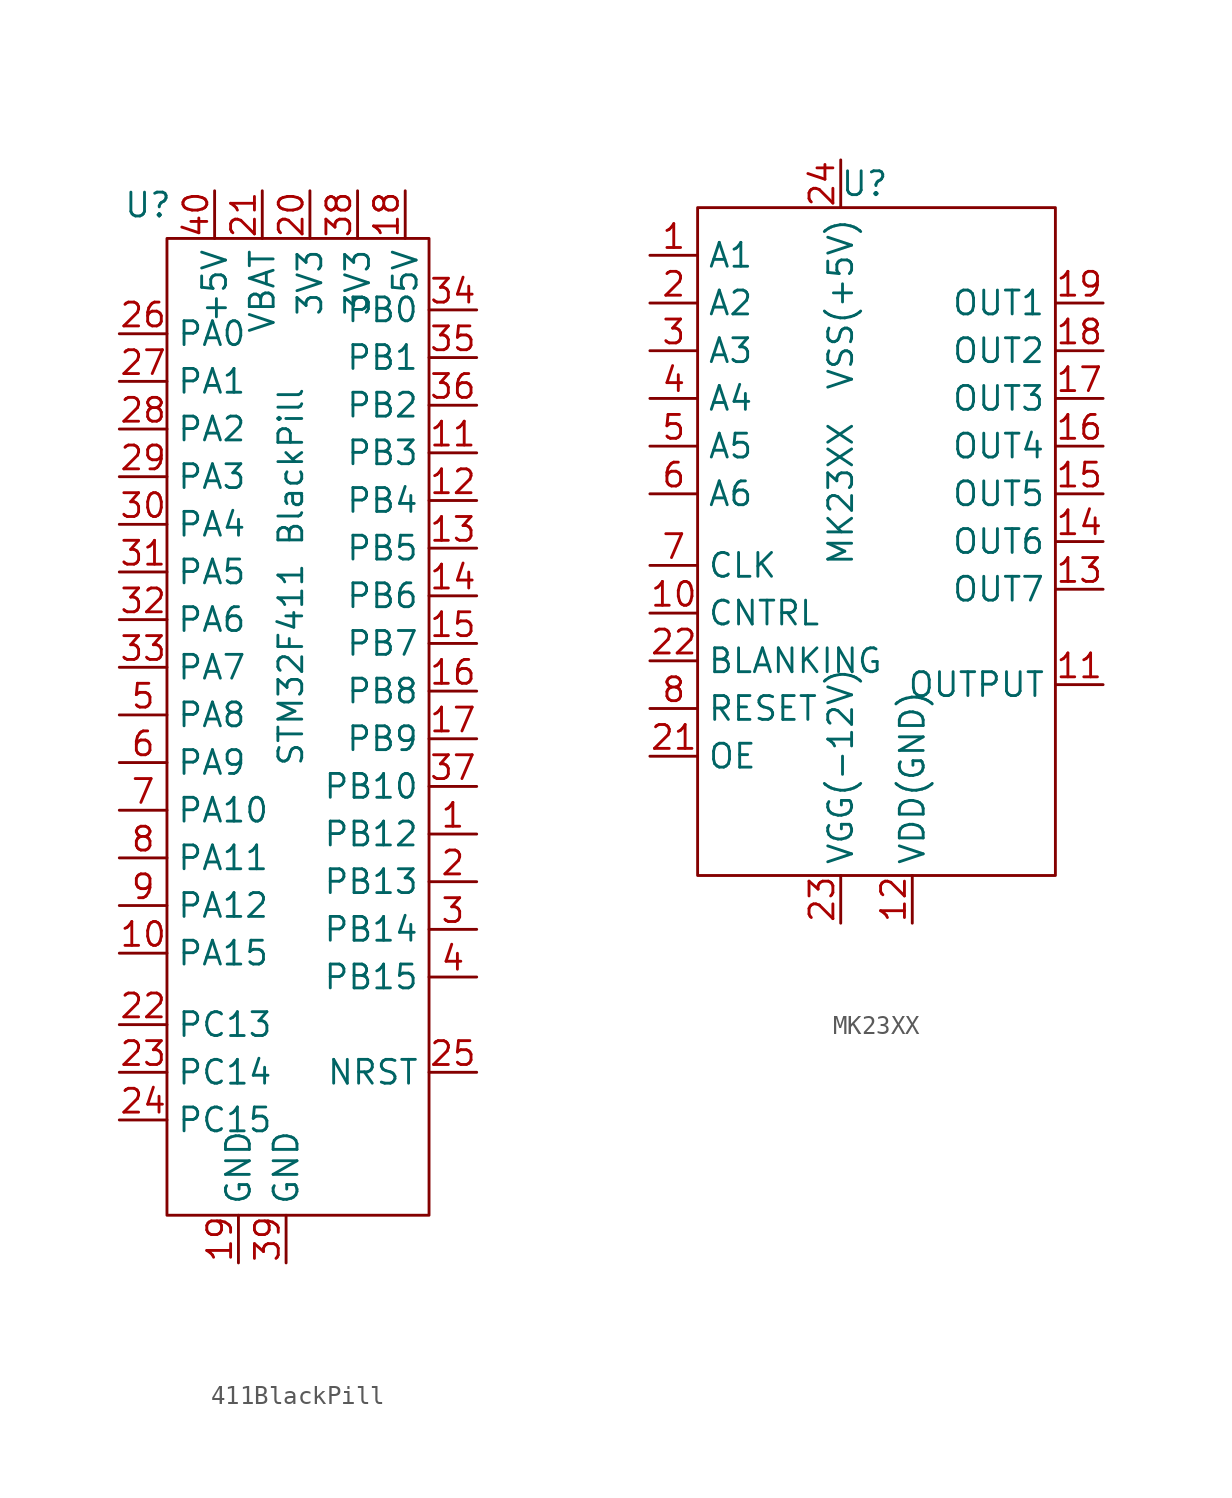
<source format=kicad_sym>
(kicad_symbol_lib
  (version 20231120)
  (generator "kicad_symbol_editor")
  (generator_version "8.0")
  (symbol "411BlackPill"
    (property "Reference" "U"
      (at -8.636 -0.762 0)
      (effects (font (size 1.27 1.27))))
    (property "Value" "STM32F411 BlackPill"
      (at -1.016 -20.574 90)
      (effects (font (size 1.27 1.27))))
    (symbol "411BlackPill_0_1"
      (rectangle (start -7.62 -2.54) (end 6.35 -54.61) (stroke (width 0) (type default)) (fill (type none))))
    (symbol "411BlackPill_1_1"
      (pin bidirectional line (at 8.89 -34.29 180) (length 2.54) (name "PB12" (effects (font (size 1.27 1.27)))) (number "1" (effects (font (size 1.27 1.27)))))
      (pin bidirectional line (at -10.16 -40.64 0) (length 2.54) (name "PA15" (effects (font (size 1.27 1.27)))) (number "10" (effects (font (size 1.27 1.27)))))
      (pin bidirectional line (at 8.89 -13.97 180) (length 2.54) (name "PB3" (effects (font (size 1.27 1.27)))) (number "11" (effects (font (size 1.27 1.27)))))
      (pin bidirectional line (at 8.89 -16.51 180) (length 2.54) (name "PB4" (effects (font (size 1.27 1.27)))) (number "12" (effects (font (size 1.27 1.27)))))
      (pin bidirectional line (at 8.89 -19.05 180) (length 2.54) (name "PB5" (effects (font (size 1.27 1.27)))) (number "13" (effects (font (size 1.27 1.27)))))
      (pin bidirectional line (at 8.89 -21.59 180) (length 2.54) (name "PB6" (effects (font (size 1.27 1.27)))) (number "14" (effects (font (size 1.27 1.27)))))
      (pin bidirectional line (at 8.89 -24.13 180) (length 2.54) (name "PB7" (effects (font (size 1.27 1.27)))) (number "15" (effects (font (size 1.27 1.27)))))
      (pin bidirectional line (at 8.89 -26.67 180) (length 2.54) (name "PB8" (effects (font (size 1.27 1.27)))) (number "16" (effects (font (size 1.27 1.27)))))
      (pin bidirectional line (at 8.89 -29.21 180) (length 2.54) (name "PB9" (effects (font (size 1.27 1.27)))) (number "17" (effects (font (size 1.27 1.27)))))
      (pin input line (at 5.08 0 270) (length 2.54) (name "5V" (effects (font (size 1.27 1.27)))) (number "18" (effects (font (size 1.27 1.27)))))
      (pin power_in line (at -3.81 -57.15 90) (length 2.54) (name "GND" (effects (font (size 1.27 1.27)))) (number "19" (effects (font (size 1.27 1.27)))))
      (pin bidirectional line (at 8.89 -36.83 180) (length 2.54) (name "PB13" (effects (font (size 1.27 1.27)))) (number "2" (effects (font (size 1.27 1.27)))))
      (pin power_out line (at 0 0 270) (length 2.54) (name "3V3" (effects (font (size 1.27 1.27)))) (number "20" (effects (font (size 1.27 1.27)))))
      (pin power_in line (at -2.54 0 270) (length 2.54) (name "VBAT" (effects (font (size 1.27 1.27)))) (number "21" (effects (font (size 1.27 1.27)))))
      (pin bidirectional line (at -10.16 -44.45 0) (length 2.54) (name "PC13" (effects (font (size 1.27 1.27)))) (number "22" (effects (font (size 1.27 1.27)))))
      (pin bidirectional line (at -10.16 -46.99 0) (length 2.54) (name "PC14" (effects (font (size 1.27 1.27)))) (number "23" (effects (font (size 1.27 1.27)))))
      (pin bidirectional line (at -10.16 -49.53 0) (length 2.54) (name "PC15" (effects (font (size 1.27 1.27)))) (number "24" (effects (font (size 1.27 1.27)))))
      (pin input line (at 8.89 -46.99 180) (length 2.54) (name "NRST" (effects (font (size 1.27 1.27)))) (number "25" (effects (font (size 1.27 1.27)))))
      (pin bidirectional line (at -10.16 -7.62 0) (length 2.54) (name "PA0" (effects (font (size 1.27 1.27)))) (number "26" (effects (font (size 1.27 1.27)))))
      (pin bidirectional line (at -10.16 -10.16 0) (length 2.54) (name "PA1" (effects (font (size 1.27 1.27)))) (number "27" (effects (font (size 1.27 1.27)))))
      (pin bidirectional line (at -10.16 -12.7 0) (length 2.54) (name "PA2" (effects (font (size 1.27 1.27)))) (number "28" (effects (font (size 1.27 1.27)))))
      (pin bidirectional line (at -10.16 -15.24 0) (length 2.54) (name "PA3" (effects (font (size 1.27 1.27)))) (number "29" (effects (font (size 1.27 1.27)))))
      (pin bidirectional line (at 8.89 -39.37 180) (length 2.54) (name "PB14" (effects (font (size 1.27 1.27)))) (number "3" (effects (font (size 1.27 1.27)))))
      (pin bidirectional line (at -10.16 -17.78 0) (length 2.54) (name "PA4" (effects (font (size 1.27 1.27)))) (number "30" (effects (font (size 1.27 1.27)))))
      (pin bidirectional line (at -10.16 -20.32 0) (length 2.54) (name "PA5" (effects (font (size 1.27 1.27)))) (number "31" (effects (font (size 1.27 1.27)))))
      (pin bidirectional line (at -10.16 -22.86 0) (length 2.54) (name "PA6" (effects (font (size 1.27 1.27)))) (number "32" (effects (font (size 1.27 1.27)))))
      (pin bidirectional line (at -10.16 -25.4 0) (length 2.54) (name "PA7" (effects (font (size 1.27 1.27)))) (number "33" (effects (font (size 1.27 1.27)))))
      (pin bidirectional line (at 8.89 -6.35 180) (length 2.54) (name "PB0" (effects (font (size 1.27 1.27)))) (number "34" (effects (font (size 1.27 1.27)))))
      (pin bidirectional line (at 8.89 -8.89 180) (length 2.54) (name "PB1" (effects (font (size 1.27 1.27)))) (number "35" (effects (font (size 1.27 1.27)))))
      (pin bidirectional line (at 8.89 -11.43 180) (length 2.54) (name "PB2" (effects (font (size 1.27 1.27)))) (number "36" (effects (font (size 1.27 1.27)))))
      (pin bidirectional line (at 8.89 -31.75 180) (length 2.54) (name "PB10" (effects (font (size 1.27 1.27)))) (number "37" (effects (font (size 1.27 1.27)))))
      (pin power_out line (at 2.54 0 270) (length 2.54) (name "3V3" (effects (font (size 1.27 1.27)))) (number "38" (effects (font (size 1.27 1.27)))))
      (pin power_in line (at -1.27 -57.15 90) (length 2.54) (name "GND" (effects (font (size 1.27 1.27)))) (number "39" (effects (font (size 1.27 1.27)))))
      (pin bidirectional line (at 8.89 -41.91 180) (length 2.54) (name "PB15" (effects (font (size 1.27 1.27)))) (number "4" (effects (font (size 1.27 1.27)))))
      (pin power_in line (at -5.08 0 270) (length 2.54) (name "+5V" (effects (font (size 1.27 1.27)))) (number "40" (effects (font (size 1.27 1.27)))))
      (pin bidirectional line (at -10.16 -27.94 0) (length 2.54) (name "PA8" (effects (font (size 1.27 1.27)))) (number "5" (effects (font (size 1.27 1.27)))))
      (pin bidirectional line (at -10.16 -30.48 0) (length 2.54) (name "PA9" (effects (font (size 1.27 1.27)))) (number "6" (effects (font (size 1.27 1.27)))))
      (pin bidirectional line (at -10.16 -33.02 0) (length 2.54) (name "PA10" (effects (font (size 1.27 1.27)))) (number "7" (effects (font (size 1.27 1.27)))))
      (pin bidirectional line (at -10.16 -35.56 0) (length 2.54) (name "PA11" (effects (font (size 1.27 1.27)))) (number "8" (effects (font (size 1.27 1.27)))))
      (pin bidirectional line (at -10.16 -38.1 0) (length 2.54) (name "PA12" (effects (font (size 1.27 1.27)))) (number "9" (effects (font (size 1.27 1.27)))))))
  (symbol "MK23XX"
    (property "Reference" "U"
      (at 0 0 0)
      (effects (font (size 1.27 1.27))))
    (property "Value" "MK23XX"
      (at -1.27 -16.51 90)
      (effects (font (size 1.27 1.27))))
    (symbol "MK23XX_0_1"
      (rectangle (start -8.89 -1.27) (end 10.16 -36.83) (stroke (width 0) (type default)) (fill (type none))))
    (symbol "MK23XX_1_1"
      (pin input line (at -11.43 -3.81 0) (length 2.54) (name "A1" (effects (font (size 1.27 1.27)))) (number "1" (effects (font (size 1.27 1.27)))))
      (pin input line (at -11.43 -22.86 0) (length 2.54) (name "CNTRL" (effects (font (size 1.27 1.27)))) (number "10" (effects (font (size 1.27 1.27)))))
      (pin output line (at 12.7 -26.67 180) (length 2.54) (name "OUTPUT" (effects (font (size 1.27 1.27)))) (number "11" (effects (font (size 1.27 1.27)))))
      (pin power_in line (at 2.54 -39.37 90) (length 2.54) (name "VDD(GND)" (effects (font (size 1.27 1.27)))) (number "12" (effects (font (size 1.27 1.27)))))
      (pin output line (at 12.7 -21.59 180) (length 2.54) (name "OUT7" (effects (font (size 1.27 1.27)))) (number "13" (effects (font (size 1.27 1.27)))))
      (pin output line (at 12.7 -19.05 180) (length 2.54) (name "OUT6" (effects (font (size 1.27 1.27)))) (number "14" (effects (font (size 1.27 1.27)))))
      (pin output line (at 12.7 -16.51 180) (length 2.54) (name "OUT5" (effects (font (size 1.27 1.27)))) (number "15" (effects (font (size 1.27 1.27)))))
      (pin output line (at 12.7 -13.97 180) (length 2.54) (name "OUT4" (effects (font (size 1.27 1.27)))) (number "16" (effects (font (size 1.27 1.27)))))
      (pin output line (at 12.7 -11.43 180) (length 2.54) (name "OUT3" (effects (font (size 1.27 1.27)))) (number "17" (effects (font (size 1.27 1.27)))))
      (pin output line (at 12.7 -8.89 180) (length 2.54) (name "OUT2" (effects (font (size 1.27 1.27)))) (number "18" (effects (font (size 1.27 1.27)))))
      (pin output line (at 12.7 -6.35 180) (length 2.54) (name "OUT1" (effects (font (size 1.27 1.27)))) (number "19" (effects (font (size 1.27 1.27)))))
      (pin input line (at -11.43 -6.35 0) (length 2.54) (name "A2" (effects (font (size 1.27 1.27)))) (number "2" (effects (font (size 1.27 1.27)))))
      (pin no_connect line (at 12.7 -30.48 180) (length 2.54) hide (name "NC" (effects (font (size 1.27 1.27)))) (number "20" (effects (font (size 1.27 1.27)))))
      (pin input line (at -11.43 -30.48 0) (length 2.54) (name "OE" (effects (font (size 1.27 1.27)))) (number "21" (effects (font (size 1.27 1.27)))))
      (pin input line (at -11.43 -25.4 0) (length 2.54) (name "BLANKING" (effects (font (size 1.27 1.27)))) (number "22" (effects (font (size 1.27 1.27)))))
      (pin power_in line (at -1.27 -39.37 90) (length 2.54) (name "VGG(-12V)" (effects (font (size 1.27 1.27)))) (number "23" (effects (font (size 1.27 1.27)))))
      (pin power_in line (at -1.27 1.27 270) (length 2.54) (name "VSS(+5V)" (effects (font (size 1.27 1.27)))) (number "24" (effects (font (size 1.27 1.27)))))
      (pin input line (at -11.43 -8.89 0) (length 2.54) (name "A3" (effects (font (size 1.27 1.27)))) (number "3" (effects (font (size 1.27 1.27)))))
      (pin input line (at -11.43 -11.43 0) (length 2.54) (name "A4" (effects (font (size 1.27 1.27)))) (number "4" (effects (font (size 1.27 1.27)))))
      (pin input line (at -11.43 -13.97 0) (length 2.54) (name "A5" (effects (font (size 1.27 1.27)))) (number "5" (effects (font (size 1.27 1.27)))))
      (pin input line (at -11.43 -16.51 0) (length 2.54) (name "A6" (effects (font (size 1.27 1.27)))) (number "6" (effects (font (size 1.27 1.27)))))
      (pin input line (at -11.43 -20.32 0) (length 2.54) (name "CLK" (effects (font (size 1.27 1.27)))) (number "7" (effects (font (size 1.27 1.27)))))
      (pin input line (at -11.43 -27.94 0) (length 2.54) (name "RESET" (effects (font (size 1.27 1.27)))) (number "8" (effects (font (size 1.27 1.27)))))
      (pin no_connect line (at 12.7 -33.02 180) (length 2.54) hide (name "NC" (effects (font (size 1.27 1.27)))) (number "9" (effects (font (size 1.27 1.27))))))))
</source>
